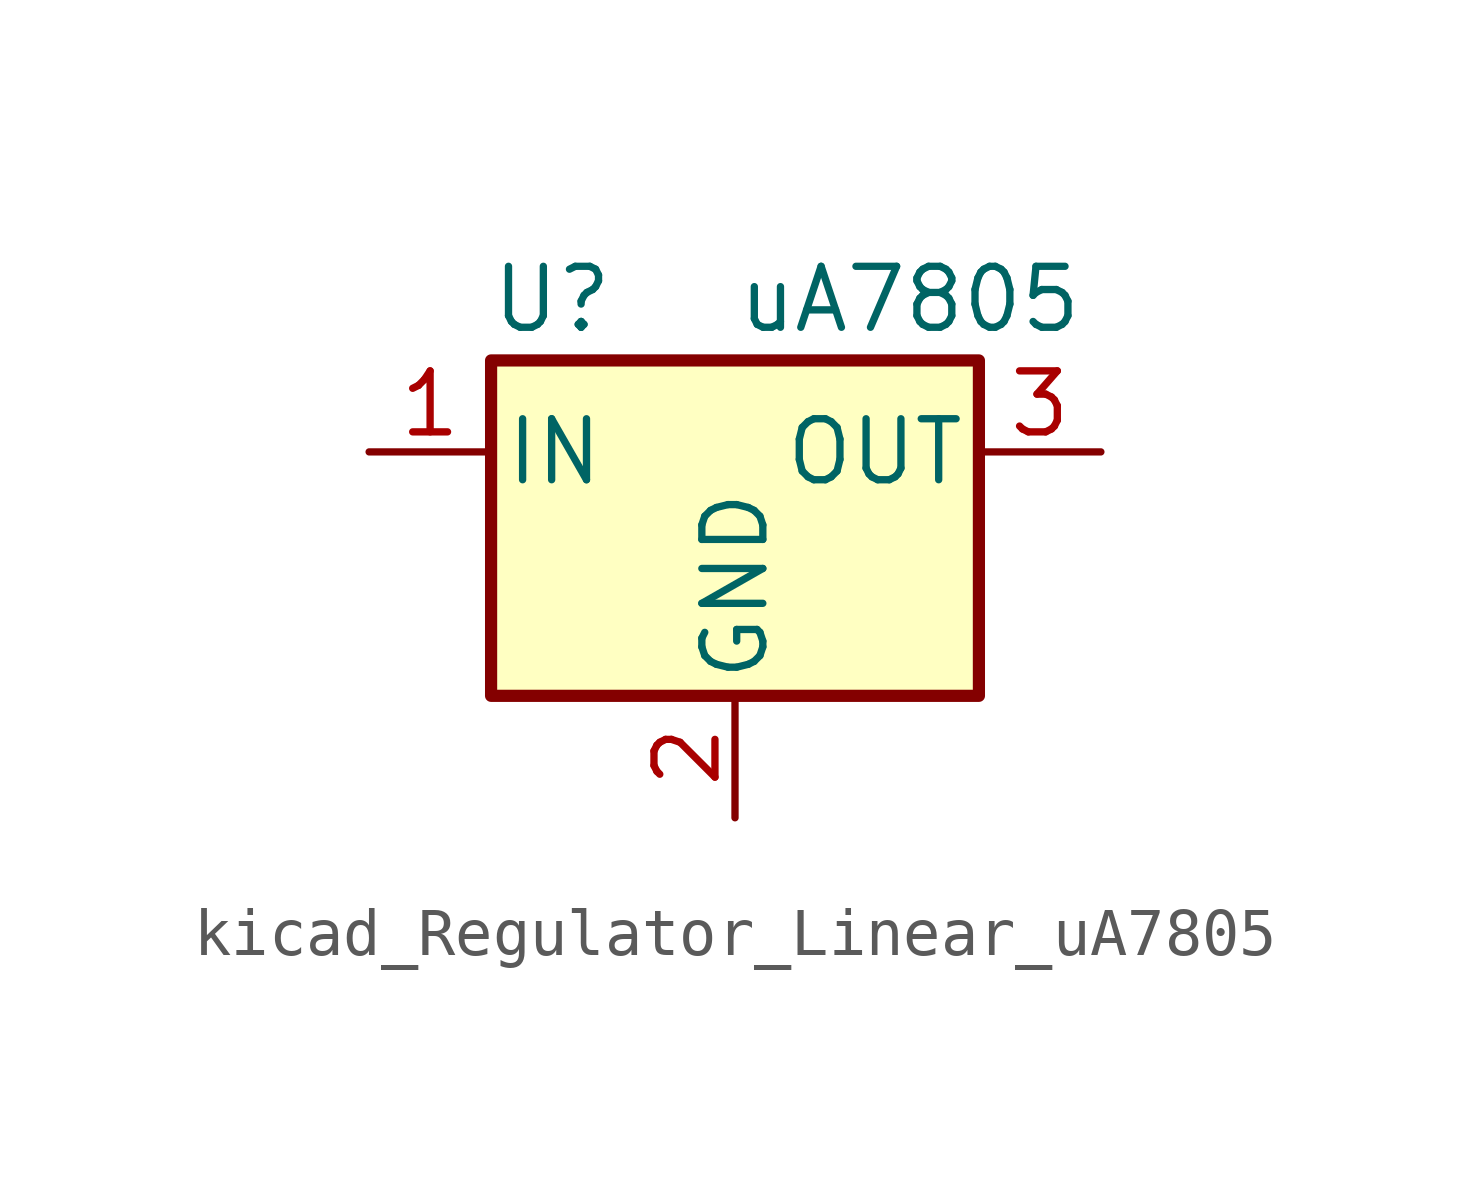
<source format=kicad_sym>
(kicad_symbol_lib
  (version 20220914)
  (generator kicad_symbol_editor)
  (symbol "kicad_Regulator_Linear_uA7805"
    (pin_names
      (offset 0.254))
    (property "Reference" "U"
      (at -3.81 3.175 0)
      (effects (font (size 1.27 1.27))))
    (property "Value" "uA7805"
      (at 0 3.175 0)
      (effects (font (size 1.27 1.27)) (justify left)))
    (symbol "kicad_Regulator_Linear_uA7805_0_1"
      (rectangle (start -5.08 1.905) (end 5.08 -5.08) (stroke (width 0.254) (type default)) (fill (type background))))
    (symbol "kicad_Regulator_Linear_uA7805_1_1"
      (pin power_in line (at -7.62 0 0) (length 2.54) (name "IN" (effects (font (size 1.27 1.27)))) (number "1" (effects (font (size 1.27 1.27)))))
      (pin power_in line (at 0 -7.62 90) (length 2.54) (name "GND" (effects (font (size 1.27 1.27)))) (number "2" (effects (font (size 1.27 1.27)))))
      (pin power_out line (at 7.62 0 180) (length 2.54) (name "OUT" (effects (font (size 1.27 1.27)))) (number "3" (effects (font (size 1.27 1.27))))))))
</source>
